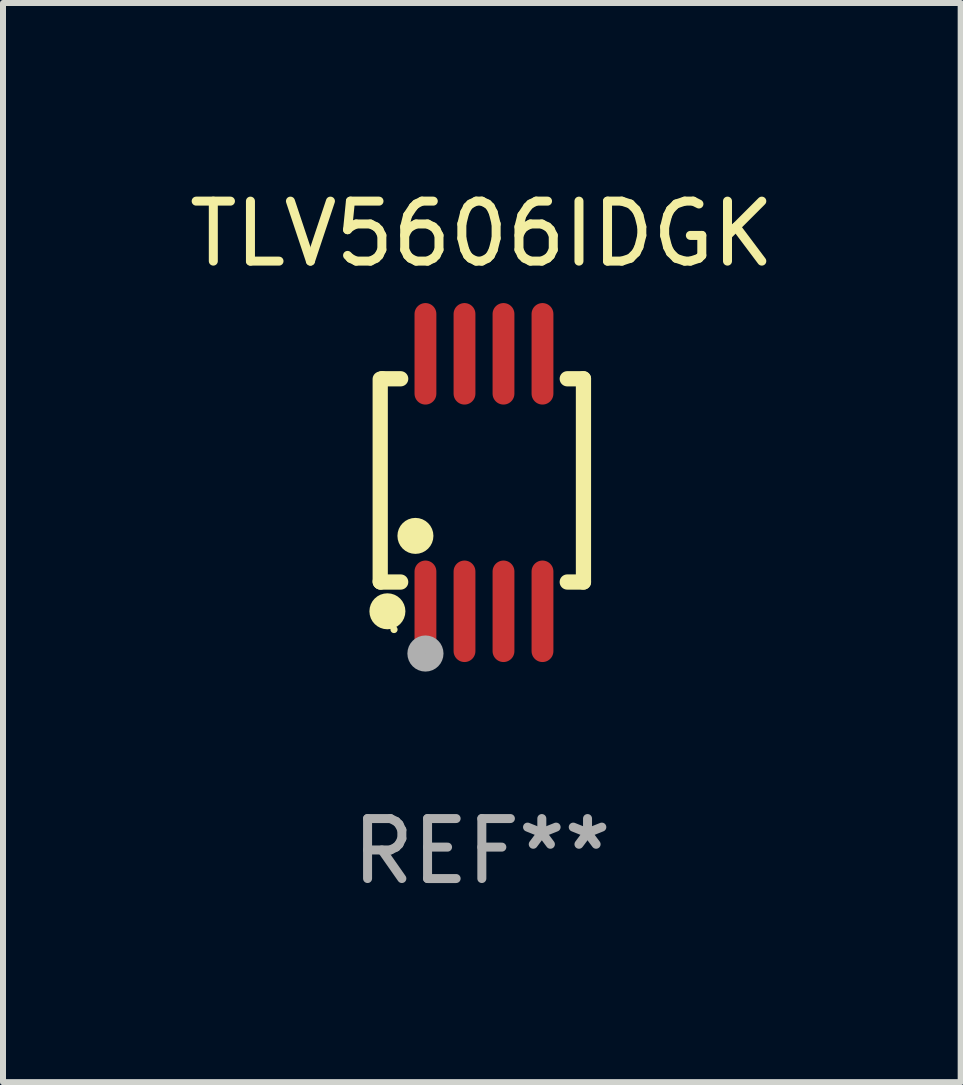
<source format=kicad_pcb>
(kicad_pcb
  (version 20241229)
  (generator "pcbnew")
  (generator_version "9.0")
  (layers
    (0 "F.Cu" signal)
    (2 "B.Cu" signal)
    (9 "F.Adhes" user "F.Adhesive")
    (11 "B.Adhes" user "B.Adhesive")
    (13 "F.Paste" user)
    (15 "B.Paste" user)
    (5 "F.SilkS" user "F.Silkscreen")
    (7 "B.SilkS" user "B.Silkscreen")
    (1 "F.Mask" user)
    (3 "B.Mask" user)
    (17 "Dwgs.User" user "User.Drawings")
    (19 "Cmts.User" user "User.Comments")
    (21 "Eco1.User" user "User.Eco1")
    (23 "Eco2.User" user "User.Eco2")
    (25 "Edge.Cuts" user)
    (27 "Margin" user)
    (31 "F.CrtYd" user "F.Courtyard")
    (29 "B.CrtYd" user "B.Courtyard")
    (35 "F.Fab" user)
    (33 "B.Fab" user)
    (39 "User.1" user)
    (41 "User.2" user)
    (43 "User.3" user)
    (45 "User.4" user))
  (footprint "TLV5606IDGK"
    (layer "F.Cu")
    (at 4.982 4.994)
    (property "Reference" "TLV5606IDGK" (at 0 -4.146 0) (layer "F.SilkS") (effects (font (size 1 1) (thickness 0.15))))
    (attr through_hole)
    (fp_line (start -1.694 -1.724) (end -1.694 1.652) (stroke (width 0.254) (type solid)) (layer "F.SilkS"))
    (fp_line (start -1.694 1.652) (end -1.688 1.658) (stroke (width 0.254) (type solid)) (layer "F.SilkS"))
    (fp_line (start -1.688 1.658) (end -1.353 1.658) (stroke (width 0.254) (type solid)) (layer "F.SilkS"))
    (fp_line (start -1.661 -1.73) (end -1.681 -1.71) (stroke (width 0.254) (type solid)) (layer "F.SilkS"))
    (fp_line (start -1.353 -1.73) (end -1.661 -1.73) (stroke (width 0.254) (type solid)) (layer "F.SilkS"))
    (fp_line (start 1.424 1.658) (end 1.694 1.658) (stroke (width 0.254) (type solid)) (layer "F.SilkS"))
    (fp_line (start 1.694 -1.73) (end 1.424 -1.73) (stroke (width 0.254) (type solid)) (layer "F.SilkS"))
    (fp_line (start 1.694 1.658) (end 1.694 -1.73) (stroke (width 0.254) (type solid)) (layer "F.SilkS"))
    (fp_circle (center -1.574 2.146) (end -1.424 2.146) (stroke (width 0.3) (type solid)) (fill no) (layer "F.SilkS"))
    (fp_circle (center -1.464 2.45) (end -1.434 2.45) (stroke (width 0.06) (type solid)) (fill no) (layer "F.SilkS"))
    (fp_circle (center -1.107 0.889) (end -0.957 0.889) (stroke (width 0.3) (type solid)) (fill no) (layer "F.SilkS"))
    (fp_circle (center -0.94 2.85) (end -0.789 2.85) (stroke (width 0.3) (type solid)) (fill no) (layer "F.Fab"))
    (fp_text user "REF**" (at 0 6.146 0) (layer "F.Fab") (effects (font (size 1 1) (thickness 0.15))))
    (pad "1" smd oval (at -0.94 2.146) (size 0.364 1.692) (layers "F.Cu" "F.Mask" "F.Paste"))
    (pad "2" smd oval (at -0.289 2.146) (size 0.364 1.692) (layers "F.Cu" "F.Mask" "F.Paste"))
    (pad "3" smd oval (at 0.361 2.146) (size 0.364 1.692) (layers "F.Cu" "F.Mask" "F.Paste"))
    (pad "4" smd oval (at 1.011 2.146) (size 0.364 1.692) (layers "F.Cu" "F.Mask" "F.Paste"))
    (pad "5" smd oval (at 1.011 -2.146) (size 0.364 1.692) (layers "F.Cu" "F.Mask" "F.Paste"))
    (pad "6" smd oval (at 0.361 -2.146) (size 0.364 1.692) (layers "F.Cu" "F.Mask" "F.Paste"))
    (pad "7" smd oval (at -0.289 -2.146) (size 0.364 1.692) (layers "F.Cu" "F.Mask" "F.Paste"))
    (pad "8" smd oval (at -0.94 -2.146) (size 0.364 1.692) (layers "F.Cu" "F.Mask" "F.Paste")))
  (gr_rect
    (start -3 -3)
    (end 12.964 14.989)
    (stroke (width 0.1) (type default))
    (fill no)
    (layer "Edge.Cuts")))
</source>
